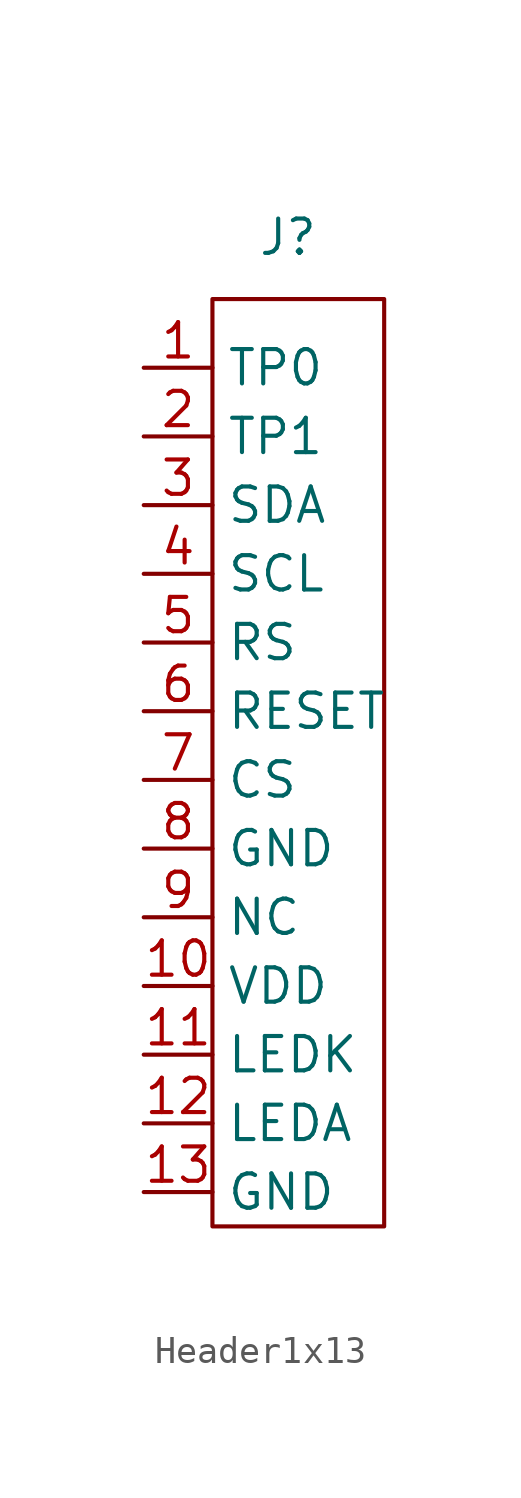
<source format=kicad_sym>
(kicad_symbol_lib
  (version 20231120)
  (generator "kicad_symbol_editor")
  (generator_version "8.0")
  (symbol "Header1x13"
    (property "Reference" "J"
      (at 2.794 -0.254 0)
      (effects (font (size 1.27 1.27))))
    (property "Value" ""
      (at 0 0 0)
      (effects (font (size 1.27 1.27))))
    (symbol "Header1x13_0_1"
      (rectangle (start 0 -2.54) (end 6.35 -36.83) (stroke (width 0) (type default)) (fill (type none))))
    (symbol "Header1x13_1_1"
      (pin passive line (at -2.54 -5.08 0) (length 2.54) (name "TP0" (effects (font (size 1.27 1.27)))) (number "1" (effects (font (size 1.27 1.27)))))
      (pin passive line (at -2.54 -27.94 0) (length 2.54) (name "VDD" (effects (font (size 1.27 1.27)))) (number "10" (effects (font (size 1.27 1.27)))))
      (pin passive line (at -2.54 -30.48 0) (length 2.54) (name "LEDK" (effects (font (size 1.27 1.27)))) (number "11" (effects (font (size 1.27 1.27)))))
      (pin passive line (at -2.54 -33.02 0) (length 2.54) (name "LEDA" (effects (font (size 1.27 1.27)))) (number "12" (effects (font (size 1.27 1.27)))))
      (pin passive line (at -2.54 -35.56 0) (length 2.54) (name "GND" (effects (font (size 1.27 1.27)))) (number "13" (effects (font (size 1.27 1.27)))))
      (pin passive line (at -2.54 -7.62 0) (length 2.54) (name "TP1" (effects (font (size 1.27 1.27)))) (number "2" (effects (font (size 1.27 1.27)))))
      (pin passive line (at -2.54 -10.16 0) (length 2.54) (name "SDA" (effects (font (size 1.27 1.27)))) (number "3" (effects (font (size 1.27 1.27)))))
      (pin passive line (at -2.54 -12.7 0) (length 2.54) (name "SCL" (effects (font (size 1.27 1.27)))) (number "4" (effects (font (size 1.27 1.27)))))
      (pin passive line (at -2.54 -15.24 0) (length 2.54) (name "RS" (effects (font (size 1.27 1.27)))) (number "5" (effects (font (size 1.27 1.27)))))
      (pin passive line (at -2.54 -17.78 0) (length 2.54) (name "RESET" (effects (font (size 1.27 1.27)))) (number "6" (effects (font (size 1.27 1.27)))))
      (pin passive line (at -2.54 -20.32 0) (length 2.54) (name "CS" (effects (font (size 1.27 1.27)))) (number "7" (effects (font (size 1.27 1.27)))))
      (pin passive line (at -2.54 -22.86 0) (length 2.54) (name "GND" (effects (font (size 1.27 1.27)))) (number "8" (effects (font (size 1.27 1.27)))))
      (pin passive line (at -2.54 -25.4 0) (length 2.54) (name "NC" (effects (font (size 1.27 1.27)))) (number "9" (effects (font (size 1.27 1.27))))))))
</source>
